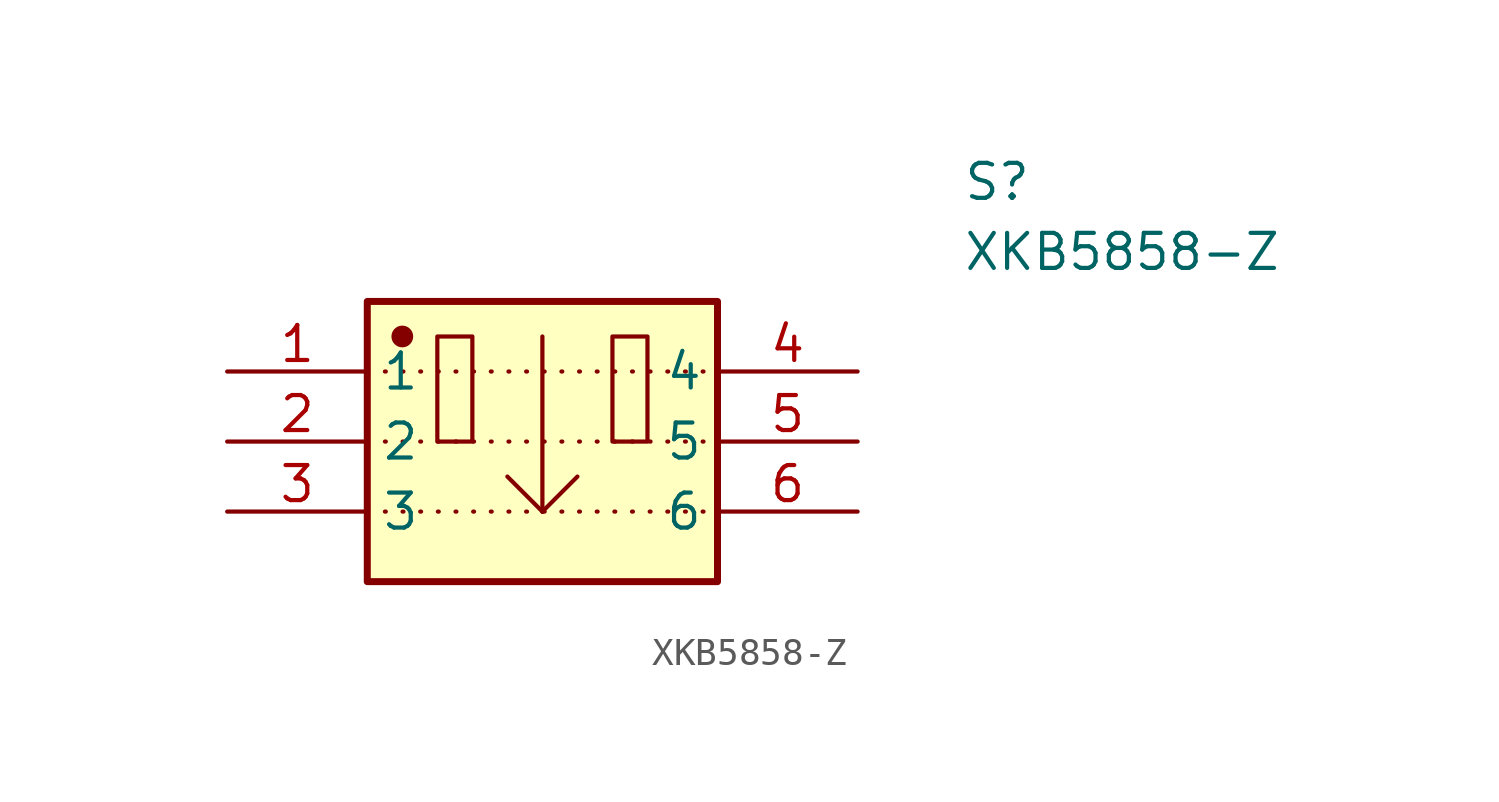
<source format=kicad_sym>
(kicad_symbol_lib
  (version 20241209)
  (generator "kicad_symbol_editor")
  (generator_version "9.0")
  (symbol "XKB5858-Z"
    (property "Reference" "S"
      (at 21.59 5.08 0)
      (effects (font (size 1.27 1.27)) (justify left top)))
    (property "Value" "XKB5858-Z"
      (at 21.59 2.54 0)
      (effects (font (size 1.27 1.27)) (justify left top)))
    (symbol "XKB5858-Z_1_1"
      (rectangle (start 0 0) (end 12.7 -10.16) (stroke (width 0.254) (type default)) (fill (type background)))
      (polyline (pts (xy 0 -2.54) (xy 12.7 -2.54)) (stroke (width 0) (type dot)) (fill (type none)))
      (polyline (pts (xy 0 -5.08) (xy 12.7 -5.08)) (stroke (width 0) (type dot)) (fill (type none)))
      (polyline (pts (xy 0 -7.62) (xy 12.7 -7.62)) (stroke (width 0) (type dot)) (fill (type none)))
      (circle (center 1.27 -1.27) (radius 0.318) (stroke (width 0) (type default)) (fill (type outline)))
      (rectangle (start 2.54 -1.27) (end 3.81 -5.08) (stroke (width 0) (type default)) (fill (type none)))
      (polyline (pts (xy 5.08 -6.35) (xy 6.35 -7.62)) (stroke (width 0) (type default)) (fill (type none)))
      (polyline (pts (xy 6.35 -1.27) (xy 6.35 -7.62)) (stroke (width 0) (type default)) (fill (type none)))
      (polyline (pts (xy 6.35 -7.62) (xy 6.35 -7.62)) (stroke (width 0) (type default)) (fill (type none)))
      (polyline (pts (xy 6.35 -7.62) (xy 7.62 -6.35)) (stroke (width 0) (type default)) (fill (type none)))
      (rectangle (start 8.89 -1.27) (end 10.16 -5.08) (stroke (width 0) (type default)) (fill (type none)))
      (pin passive line (at -5.08 -2.54 0) (length 5.08) (name "1" (effects (font (size 1.27 1.27)))) (number "1" (effects (font (size 1.27 1.27)))))
      (pin passive line (at -5.08 -5.08 0) (length 5.08) (name "2" (effects (font (size 1.27 1.27)))) (number "2" (effects (font (size 1.27 1.27)))))
      (pin passive line (at -5.08 -7.62 0) (length 5.08) (name "3" (effects (font (size 1.27 1.27)))) (number "3" (effects (font (size 1.27 1.27)))))
      (pin passive line (at 17.78 -2.54 180) (length 5.08) (name "4" (effects (font (size 1.27 1.27)))) (number "4" (effects (font (size 1.27 1.27)))))
      (pin passive line (at 17.78 -5.08 180) (length 5.08) (name "5" (effects (font (size 1.27 1.27)))) (number "5" (effects (font (size 1.27 1.27)))))
      (pin passive line (at 17.78 -7.62 180) (length 5.08) (name "6" (effects (font (size 1.27 1.27)))) (number "6" (effects (font (size 1.27 1.27))))))))
</source>
